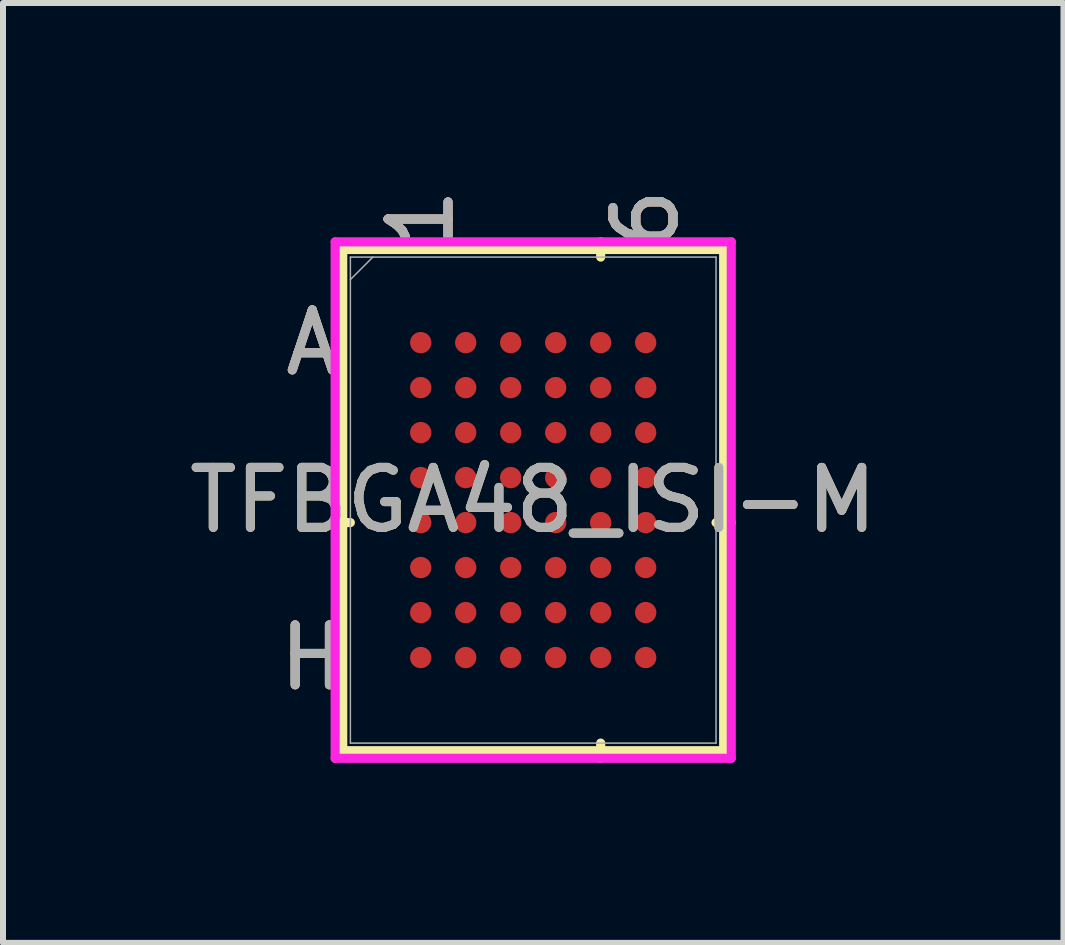
<source format=kicad_pcb>
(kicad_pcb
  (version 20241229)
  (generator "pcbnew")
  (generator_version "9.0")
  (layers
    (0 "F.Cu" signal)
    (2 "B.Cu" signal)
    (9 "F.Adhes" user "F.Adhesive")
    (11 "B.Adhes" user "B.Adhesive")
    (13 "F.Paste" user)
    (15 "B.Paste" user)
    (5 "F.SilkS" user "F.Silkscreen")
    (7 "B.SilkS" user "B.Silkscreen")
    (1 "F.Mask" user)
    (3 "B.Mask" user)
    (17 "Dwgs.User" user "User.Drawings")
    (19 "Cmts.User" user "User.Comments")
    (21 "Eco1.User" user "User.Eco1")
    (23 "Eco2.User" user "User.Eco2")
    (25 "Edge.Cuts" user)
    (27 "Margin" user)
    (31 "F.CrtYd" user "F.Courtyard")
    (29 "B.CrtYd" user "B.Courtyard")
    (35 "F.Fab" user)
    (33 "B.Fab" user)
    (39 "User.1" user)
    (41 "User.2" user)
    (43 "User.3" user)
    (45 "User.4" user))
  (footprint "TFBGA48_ISI-M"
    (layer "F.Cu")
    (at 5.839 5.287)
    (property "Reference" "TFBGA48_ISI-M" (at 0 0 0) (unlocked yes) (layer "F.SilkS") (effects (font (size 1 1) (thickness 0.15))))
    (attr smd)
    (fp_line (start -3.175 -4.178) (end -3.175 4.178) (stroke (width 0.152) (type solid)) (layer "F.SilkS"))
    (fp_line (start -3.175 4.178) (end 3.175 4.178) (stroke (width 0.152) (type solid)) (layer "F.SilkS"))
    (fp_line (start -3.048 0.375) (end -3.302 0.375) (stroke (width 0.152) (type solid)) (layer "F.SilkS"))
    (fp_line (start 1.125 -4.051) (end 1.125 -4.305) (stroke (width 0.152) (type solid)) (layer "F.SilkS"))
    (fp_line (start 1.125 4.051) (end 1.125 4.305) (stroke (width 0.152) (type solid)) (layer "F.SilkS"))
    (fp_line (start 3.048 0.375) (end 3.302 0.375) (stroke (width 0.152) (type solid)) (layer "F.SilkS"))
    (fp_line (start 3.175 -4.178) (end -3.175 -4.178) (stroke (width 0.152) (type solid)) (layer "F.SilkS"))
    (fp_line (start 3.175 4.178) (end 3.175 -4.178) (stroke (width 0.152) (type solid)) (layer "F.SilkS"))
    (fp_poly (pts (xy -2.695 -3.445) (xy 2.695 -3.445) (xy 2.695 3.445) (xy -2.695 3.445)) (stroke (width 0.1) (type solid)) (fill no) (layer "Eco2.User"))
    (fp_line (start -3.302 -4.305) (end 3.302 -4.305) (stroke (width 0.152) (type solid)) (layer "F.CrtYd"))
    (fp_line (start -3.302 4.305) (end -3.302 -4.305) (stroke (width 0.152) (type solid)) (layer "F.CrtYd"))
    (fp_line (start 3.302 -4.305) (end 3.302 4.305) (stroke (width 0.152) (type solid)) (layer "F.CrtYd"))
    (fp_line (start 3.302 4.305) (end -3.302 4.305) (stroke (width 0.152) (type solid)) (layer "F.CrtYd"))
    (fp_line (start -3.048 -4.051) (end -3.048 4.051) (stroke (width 0.025) (type solid)) (layer "F.Fab"))
    (fp_line (start -3.048 4.051) (end 3.048 4.051) (stroke (width 0.025) (type solid)) (layer "F.Fab"))
    (fp_line (start -2.673 -4.051) (end -3.048 -3.676) (stroke (width 0.025) (type solid)) (layer "F.Fab"))
    (fp_line (start 3.048 -4.051) (end -3.048 -4.051) (stroke (width 0.025) (type solid)) (layer "F.Fab"))
    (fp_line (start 3.048 4.051) (end 3.048 -4.051) (stroke (width 0.025) (type solid)) (layer "F.Fab"))
    (fp_text user "6" (at 1.875 -4.686 90) (unlocked yes) (layer "F.SilkS") (effects (font (size 1 1) (thickness 0.15))))
    (fp_text user "A" (at -3.683 -2.625 0) (unlocked yes) (layer "F.SilkS") (effects (font (size 1 1) (thickness 0.15))))
    (fp_text user "H" (at -3.683 2.625 0) (unlocked yes) (layer "F.SilkS") (effects (font (size 1 1) (thickness 0.15))))
    (fp_text user "1" (at -1.875 -4.686 90) (unlocked yes) (layer "F.SilkS") (effects (font (size 1 1) (thickness 0.15))))
    (fp_text user "H" (at -3.683 2.625 0) (unlocked yes) (layer "B.SilkS") (effects (font (size 1 1) (thickness 0.15))))
    (fp_text user "6" (at 1.875 -4.686 90) (unlocked yes) (layer "B.SilkS") (effects (font (size 1 1) (thickness 0.15))))
    (fp_text user "A" (at -3.683 -2.625 0) (unlocked yes) (layer "B.SilkS") (effects (font (size 1 1) (thickness 0.15))))
    (fp_text user "1" (at -1.875 -4.686 90) (unlocked yes) (layer "B.SilkS") (effects (font (size 1 1) (thickness 0.15))))
    (fp_text user "1" (at -1.875 -4.686 90) (unlocked yes) (layer "F.Fab") (effects (font (size 1 1) (thickness 0.15))))
    (fp_text user "6" (at 1.875 -4.686 90) (unlocked yes) (layer "F.Fab") (effects (font (size 1 1) (thickness 0.15))))
    (fp_text user "H" (at -3.683 2.625 0) (unlocked yes) (layer "F.Fab") (effects (font (size 1 1) (thickness 0.15))))
    (fp_text user "${REFERENCE}" (at 0 0 0) (unlocked yes) (layer "F.Fab") (effects (font (size 1 1) (thickness 0.15))))
    (fp_text user "A" (at -3.683 -2.625 0) (unlocked yes) (layer "F.Fab") (effects (font (size 1 1) (thickness 0.15))))
    (pad "A1" smd circle (at -1.875 -2.625) (size 0.356 0.356) (layers "F.Cu" "F.Mask" "F.Paste"))
    (pad "A2" smd circle (at -1.125 -2.625) (size 0.356 0.356) (layers "F.Cu" "F.Mask" "F.Paste"))
    (pad "A3" smd circle (at -0.375 -2.625) (size 0.356 0.356) (layers "F.Cu" "F.Mask" "F.Paste"))
    (pad "A4" smd circle (at 0.375 -2.625) (size 0.356 0.356) (layers "F.Cu" "F.Mask" "F.Paste"))
    (pad "A5" smd circle (at 1.125 -2.625) (size 0.356 0.356) (layers "F.Cu" "F.Mask" "F.Paste"))
    (pad "A6" smd circle (at 1.875 -2.625) (size 0.356 0.356) (layers "F.Cu" "F.Mask" "F.Paste"))
    (pad "B1" smd circle (at -1.875 -1.875) (size 0.356 0.356) (layers "F.Cu" "F.Mask" "F.Paste"))
    (pad "B2" smd circle (at -1.125 -1.875) (size 0.356 0.356) (layers "F.Cu" "F.Mask" "F.Paste"))
    (pad "B3" smd circle (at -0.375 -1.875) (size 0.356 0.356) (layers "F.Cu" "F.Mask" "F.Paste"))
    (pad "B4" smd circle (at 0.375 -1.875) (size 0.356 0.356) (layers "F.Cu" "F.Mask" "F.Paste"))
    (pad "B5" smd circle (at 1.125 -1.875) (size 0.356 0.356) (layers "F.Cu" "F.Mask" "F.Paste"))
    (pad "B6" smd circle (at 1.875 -1.875) (size 0.356 0.356) (layers "F.Cu" "F.Mask" "F.Paste"))
    (pad "C1" smd circle (at -1.875 -1.125) (size 0.356 0.356) (layers "F.Cu" "F.Mask" "F.Paste"))
    (pad "C2" smd circle (at -1.125 -1.125) (size 0.356 0.356) (layers "F.Cu" "F.Mask" "F.Paste"))
    (pad "C3" smd circle (at -0.375 -1.125) (size 0.356 0.356) (layers "F.Cu" "F.Mask" "F.Paste"))
    (pad "C4" smd circle (at 0.375 -1.125) (size 0.356 0.356) (layers "F.Cu" "F.Mask" "F.Paste"))
    (pad "C5" smd circle (at 1.125 -1.125) (size 0.356 0.356) (layers "F.Cu" "F.Mask" "F.Paste"))
    (pad "C6" smd circle (at 1.875 -1.125) (size 0.356 0.356) (layers "F.Cu" "F.Mask" "F.Paste"))
    (pad "D1" smd circle (at -1.875 -0.375) (size 0.356 0.356) (layers "F.Cu" "F.Mask" "F.Paste"))
    (pad "D2" smd circle (at -1.125 -0.375) (size 0.356 0.356) (layers "F.Cu" "F.Mask" "F.Paste"))
    (pad "D3" smd circle (at -0.375 -0.375) (size 0.356 0.356) (layers "F.Cu" "F.Mask" "F.Paste"))
    (pad "D4" smd circle (at 0.375 -0.375) (size 0.356 0.356) (layers "F.Cu" "F.Mask" "F.Paste"))
    (pad "D5" smd circle (at 1.125 -0.375) (size 0.356 0.356) (layers "F.Cu" "F.Mask" "F.Paste"))
    (pad "D6" smd circle (at 1.875 -0.375) (size 0.356 0.356) (layers "F.Cu" "F.Mask" "F.Paste"))
    (pad "E1" smd circle (at -1.875 0.375) (size 0.356 0.356) (layers "F.Cu" "F.Mask" "F.Paste"))
    (pad "E2" smd circle (at -1.125 0.375) (size 0.356 0.356) (layers "F.Cu" "F.Mask" "F.Paste"))
    (pad "E3" smd circle (at -0.375 0.375) (size 0.356 0.356) (layers "F.Cu" "F.Mask" "F.Paste"))
    (pad "E4" smd circle (at 0.375 0.375) (size 0.356 0.356) (layers "F.Cu" "F.Mask" "F.Paste"))
    (pad "E5" smd circle (at 1.125 0.375) (size 0.356 0.356) (layers "F.Cu" "F.Mask" "F.Paste"))
    (pad "E6" smd circle (at 1.875 0.375) (size 0.356 0.356) (layers "F.Cu" "F.Mask" "F.Paste"))
    (pad "F1" smd circle (at -1.875 1.125) (size 0.356 0.356) (layers "F.Cu" "F.Mask" "F.Paste"))
    (pad "F2" smd circle (at -1.125 1.125) (size 0.356 0.356) (layers "F.Cu" "F.Mask" "F.Paste"))
    (pad "F3" smd circle (at -0.375 1.125) (size 0.356 0.356) (layers "F.Cu" "F.Mask" "F.Paste"))
    (pad "F4" smd circle (at 0.375 1.125) (size 0.356 0.356) (layers "F.Cu" "F.Mask" "F.Paste"))
    (pad "F5" smd circle (at 1.125 1.125) (size 0.356 0.356) (layers "F.Cu" "F.Mask" "F.Paste"))
    (pad "F6" smd circle (at 1.875 1.125) (size 0.356 0.356) (layers "F.Cu" "F.Mask" "F.Paste"))
    (pad "G1" smd circle (at -1.875 1.875) (size 0.356 0.356) (layers "F.Cu" "F.Mask" "F.Paste"))
    (pad "G2" smd circle (at -1.125 1.875) (size 0.356 0.356) (layers "F.Cu" "F.Mask" "F.Paste"))
    (pad "G3" smd circle (at -0.375 1.875) (size 0.356 0.356) (layers "F.Cu" "F.Mask" "F.Paste"))
    (pad "G4" smd circle (at 0.375 1.875) (size 0.356 0.356) (layers "F.Cu" "F.Mask" "F.Paste"))
    (pad "G5" smd circle (at 1.125 1.875) (size 0.356 0.356) (layers "F.Cu" "F.Mask" "F.Paste"))
    (pad "G6" smd circle (at 1.875 1.875) (size 0.356 0.356) (layers "F.Cu" "F.Mask" "F.Paste"))
    (pad "H1" smd circle (at -1.875 2.625) (size 0.356 0.356) (layers "F.Cu" "F.Mask" "F.Paste"))
    (pad "H2" smd circle (at -1.125 2.625) (size 0.356 0.356) (layers "F.Cu" "F.Mask" "F.Paste"))
    (pad "H3" smd circle (at -0.375 2.625) (size 0.356 0.356) (layers "F.Cu" "F.Mask" "F.Paste"))
    (pad "H4" smd circle (at 0.375 2.625) (size 0.356 0.356) (layers "F.Cu" "F.Mask" "F.Paste"))
    (pad "H5" smd circle (at 1.125 2.625) (size 0.356 0.356) (layers "F.Cu" "F.Mask" "F.Paste"))
    (pad "H6" smd circle (at 1.875 2.625) (size 0.356 0.356) (layers "F.Cu" "F.Mask" "F.Paste")))
  (gr_rect
    (start -3 -3)
    (end 14.679 12.669)
    (stroke (width 0.1) (type default))
    (fill no)
    (layer "Edge.Cuts")))
</source>
